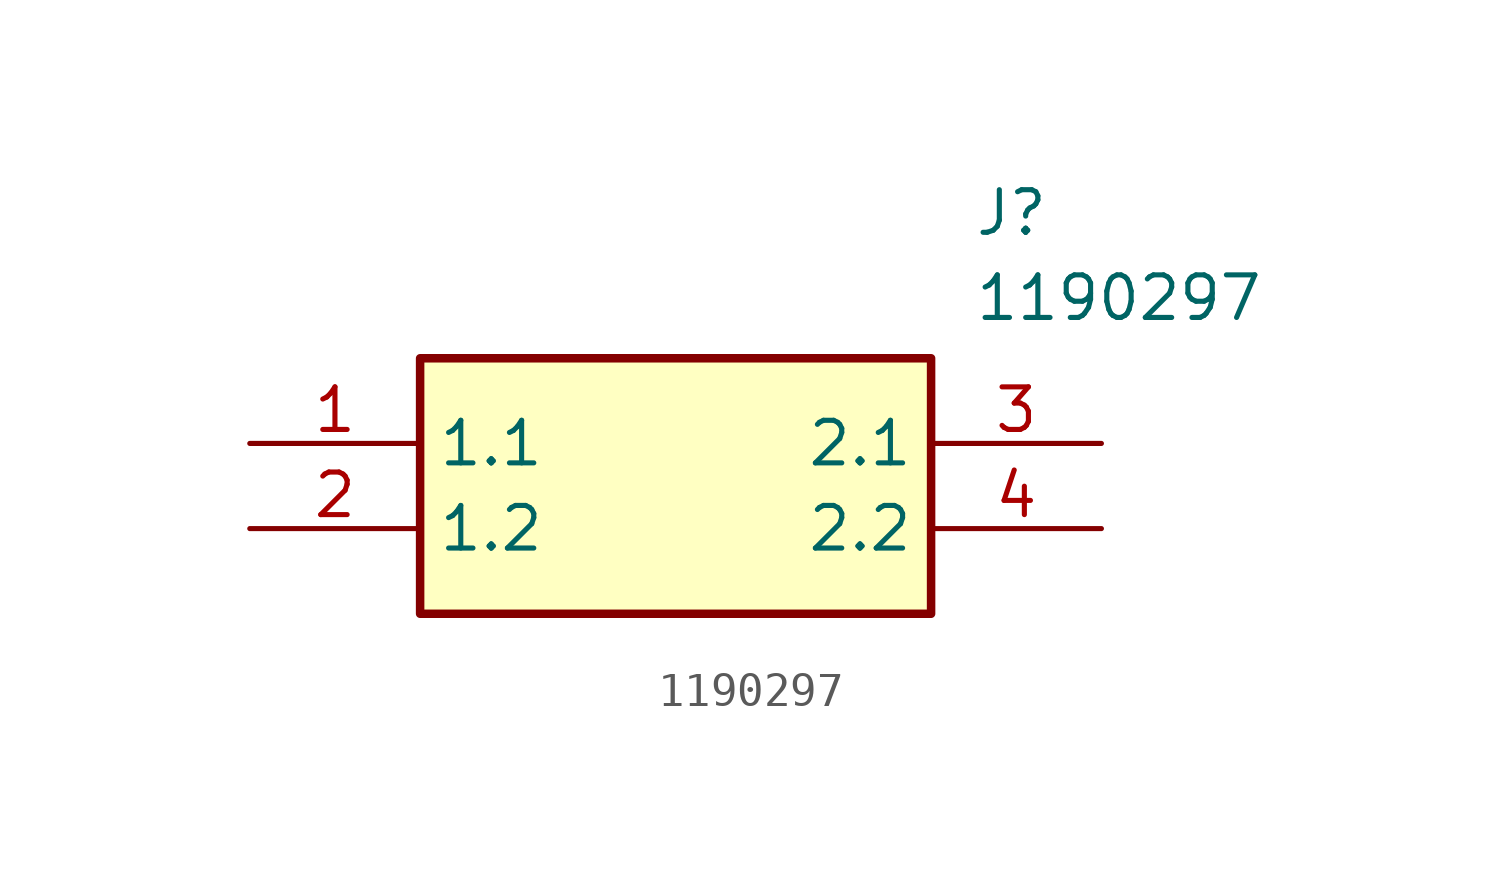
<source format=kicad_sym>
(kicad_symbol_lib
  (version 20211014)
  (generator SamacSys_ECAD_Model)
  (symbol "1190297"
    (property "Reference" "J"
      (at 21.59 7.62 0)
      (effects (font (size 1.27 1.27)) (justify left top)))
    (property "Value" "1190297"
      (at 21.59 5.08 0)
      (effects (font (size 1.27 1.27)) (justify left top)))
    (rectangle
      (start 5.08 2.54)
      (end 20.32 -5.08)
      (stroke (width 0.254) (type default))
      (fill (type background)))
    (pin passive line
      (at 0 0 0)
      (length 5.08)
      (name "1.1" (effects (font (size 1.27 1.27))))
      (number "1" (effects (font (size 1.27 1.27)))))
    (pin passive line
      (at 0 -2.54 0)
      (length 5.08)
      (name "1.2" (effects (font (size 1.27 1.27))))
      (number "2" (effects (font (size 1.27 1.27)))))
    (pin passive line
      (at 25.4 0 180)
      (length 5.08)
      (name "2.1" (effects (font (size 1.27 1.27))))
      (number "3" (effects (font (size 1.27 1.27)))))
    (pin passive line
      (at 25.4 -2.54 180)
      (length 5.08)
      (name "2.2" (effects (font (size 1.27 1.27))))
      (number "4" (effects (font (size 1.27 1.27)))))))
</source>
